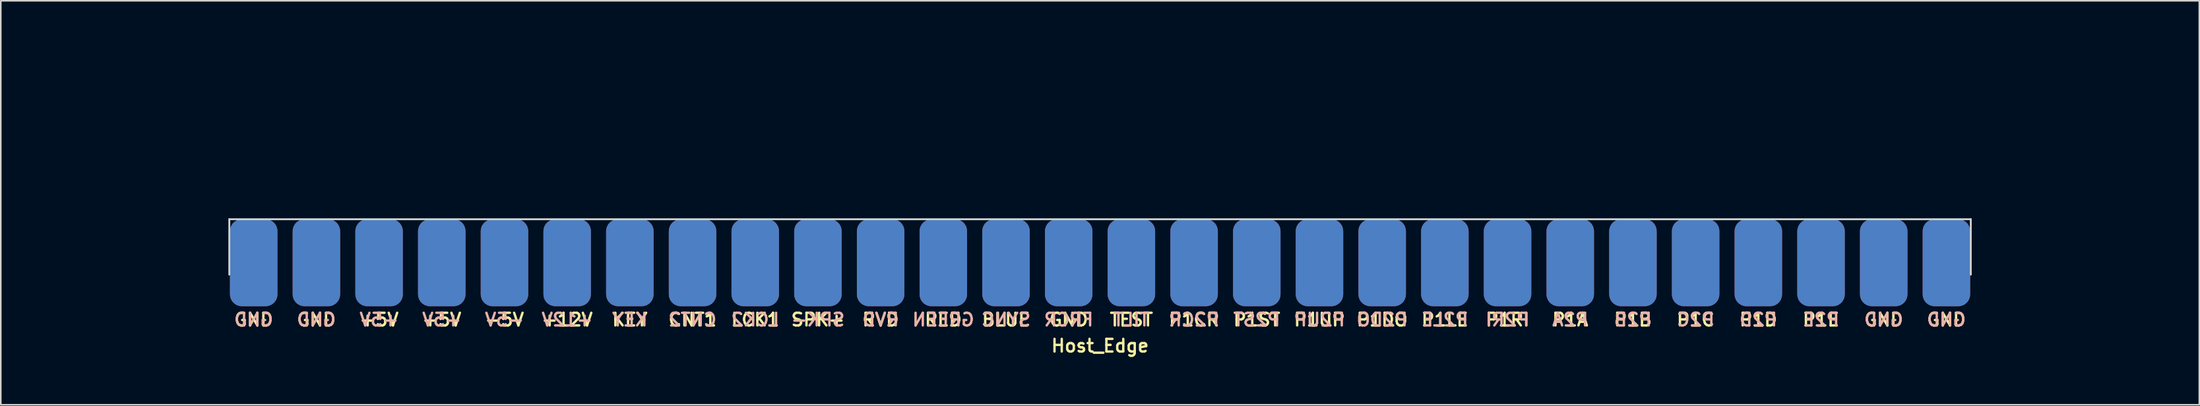
<source format=kicad_pcb>
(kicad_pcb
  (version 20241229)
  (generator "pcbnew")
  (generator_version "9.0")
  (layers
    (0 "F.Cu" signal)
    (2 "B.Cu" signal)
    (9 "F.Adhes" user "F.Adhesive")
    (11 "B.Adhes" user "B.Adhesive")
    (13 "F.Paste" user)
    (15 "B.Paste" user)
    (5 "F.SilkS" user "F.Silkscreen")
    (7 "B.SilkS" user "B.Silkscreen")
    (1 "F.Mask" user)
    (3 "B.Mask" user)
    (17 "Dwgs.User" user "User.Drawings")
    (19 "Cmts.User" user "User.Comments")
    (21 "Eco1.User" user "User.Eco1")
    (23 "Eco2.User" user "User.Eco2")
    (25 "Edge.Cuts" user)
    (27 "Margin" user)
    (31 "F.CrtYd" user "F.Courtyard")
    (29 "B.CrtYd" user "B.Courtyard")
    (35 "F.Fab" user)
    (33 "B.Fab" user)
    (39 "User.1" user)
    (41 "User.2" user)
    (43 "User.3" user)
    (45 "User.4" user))
  (footprint "Host_Edge"
    (layer "F.Cu")
    (at 66.435 10.81)
    (property "Reference" "Host_Edge" (at 0 8 0) (layer "F.SilkS") (effects (font (size 0.8 0.8) (thickness 0.15))))
    (attr through_hole)
    (fp_line (start -66.375 -6.75) (end -66.375 -0.4) (stroke (width 0.12) (type solid)) (layer "Eco1.User"))
    (fp_line (start -66.375 -6.75) (end -59.375 -6.75) (stroke (width 0.12) (type solid)) (layer "Eco1.User"))
    (fp_line (start -59.375 -10.75) (end -59.375 -6.75) (stroke (width 0.12) (type solid)) (layer "Eco1.User"))
    (fp_line (start -59.375 -10.75) (end 59.375 -10.75) (stroke (width 0.12) (type solid)) (layer "Eco1.User"))
    (fp_line (start -58.375 -0.4) (end -66.375 -0.4) (stroke (width 0.12) (type solid)) (layer "Eco1.User"))
    (fp_line (start -58.375 -0.4) (end -58.375 3.35) (stroke (width 0.12) (type solid)) (layer "Eco1.User"))
    (fp_line (start -56.375 3.35) (end -58.375 3.35) (stroke (width 0.12) (type solid)) (layer "Eco1.User"))
    (fp_line (start -55 0) (end -56.375 3.35) (stroke (width 0.12) (type solid)) (layer "Eco1.User"))
    (fp_line (start 55 0) (end 56.375 3.35) (stroke (width 0.12) (type solid)) (layer "Eco1.User"))
    (fp_line (start 56.375 3.35) (end 58.375 3.35) (stroke (width 0.12) (type solid)) (layer "Eco1.User"))
    (fp_line (start 58.375 -0.4) (end 58.375 3.35) (stroke (width 0.12) (type solid)) (layer "Eco1.User"))
    (fp_line (start 58.375 -0.4) (end 66.375 -0.4) (stroke (width 0.12) (type solid)) (layer "Eco1.User"))
    (fp_line (start 59.375 -10.75) (end 59.375 -6.75) (stroke (width 0.12) (type solid)) (layer "Eco1.User"))
    (fp_line (start 59.375 -6.75) (end 66.375 -6.75) (stroke (width 0.12) (type solid)) (layer "Eco1.User"))
    (fp_line (start 66.375 -6.75) (end 66.375 -0.4) (stroke (width 0.12) (type solid)) (layer "Eco1.User"))
    (fp_line (start -55 0) (end -55 3.5) (stroke (width 0.12) (type solid)) (layer "Edge.Cuts"))
    (fp_line (start -55 0) (end 55 0) (stroke (width 0.12) (type solid)) (layer "Edge.Cuts"))
    (fp_line (start 55 0) (end 55 3.5) (stroke (width 0.12) (type solid)) (layer "Edge.Cuts"))
    (fp_text user "+5V" (at -41.58 6.35 0) (layer "F.SilkS") (effects (font (size 0.8 0.8) (thickness 0.15))))
    (fp_text user "TEST" (at 1.98 6.35 0) (layer "F.SilkS") (effects (font (size 0.8 0.8) (thickness 0.15))))
    (fp_text user "GND" (at 53.46 6.35 0) (layer "F.SilkS") (effects (font (size 0.8 0.8) (thickness 0.15))))
    (fp_text user "CNT1" (at -25.74 6.35 0) (layer "F.SilkS") (effects (font (size 0.8 0.8) (thickness 0.15))))
    (fp_text user "-5V" (at -37.62 6.35 0) (layer "F.SilkS") (effects (font (size 0.8 0.8) (thickness 0.15))))
    (fp_text user "P1UP" (at 13.86 6.35 0) (layer "F.SilkS") (effects (font (size 0.8 0.8) (thickness 0.15))))
    (fp_text user "P1LE" (at 21.78 6.35 0) (layer "F.SilkS") (effects (font (size 0.8 0.8) (thickness 0.15))))
    (fp_text user "GND" (at -53.46 6.35 0) (layer "F.SilkS") (effects (font (size 0.8 0.8) (thickness 0.15))))
    (fp_text user "KEY" (at -29.7 6.35 0) (layer "F.SilkS") (effects (font (size 0.8 0.8) (thickness 0.15))))
    (fp_text user "P1B" (at 33.66 6.35 0) (layer "F.SilkS") (effects (font (size 0.8 0.8) (thickness 0.15))))
    (fp_text user "P1E" (at 45.54 6.35 0) (layer "F.SilkS") (effects (font (size 0.8 0.8) (thickness 0.15))))
    (fp_text user "P1D" (at 41.58 6.35 0) (layer "F.SilkS") (effects (font (size 0.8 0.8) (thickness 0.15))))
    (fp_text user "P1ST" (at 9.9 6.35 0) (layer "F.SilkS") (effects (font (size 0.8 0.8) (thickness 0.15))))
    (fp_text user "P1CR" (at 5.94 6.35 0) (layer "F.SilkS") (effects (font (size 0.8 0.8) (thickness 0.15))))
    (fp_text user "SPK+" (at -17.82 6.35 0) (layer "F.SilkS") (effects (font (size 0.8 0.8) (thickness 0.15))))
    (fp_text user "GND" (at 49.5 6.35 0) (layer "F.SilkS") (effects (font (size 0.8 0.8) (thickness 0.15))))
    (fp_text user "GND" (at -49.5 6.35 0) (layer "F.SilkS") (effects (font (size 0.8 0.8) (thickness 0.15))))
    (fp_text user "P1C" (at 37.62 6.35 0) (layer "F.SilkS") (effects (font (size 0.8 0.8) (thickness 0.15))))
    (fp_text user "P1DO" (at 17.82 6.35 0) (layer "F.SilkS") (effects (font (size 0.8 0.8) (thickness 0.15))))
    (fp_text user "RED" (at -9.9 6.35 0) (layer "F.SilkS") (effects (font (size 0.8 0.8) (thickness 0.15))))
    (fp_text user "GND" (at -1.98 6.35 0) (layer "F.SilkS") (effects (font (size 0.8 0.8) (thickness 0.15))))
    (fp_text user "+12V" (at -33.66 6.35 0) (layer "F.SilkS") (effects (font (size 0.8 0.8) (thickness 0.15))))
    (fp_text user "LCK1" (at -21.78 6.35 0) (layer "F.SilkS") (effects (font (size 0.8 0.8) (thickness 0.15))))
    (fp_text user "P1A" (at 29.7 6.35 0) (layer "F.SilkS") (effects (font (size 0.8 0.8) (thickness 0.15))))
    (fp_text user "RVD" (at -13.86 6.35 0) (layer "F.SilkS") (effects (font (size 0.8 0.8) (thickness 0.15))))
    (fp_text user "+5V" (at -45.54 6.35 0) (layer "F.SilkS") (effects (font (size 0.8 0.8) (thickness 0.15))))
    (fp_text user "BLUE" (at -5.94 6.35 0) (layer "F.SilkS") (effects (font (size 0.8 0.8) (thickness 0.15))))
    (fp_text user "P1RI" (at 25.74 6.35 0) (layer "F.SilkS") (effects (font (size 0.8 0.8) (thickness 0.15))))
    (fp_text user "GND" (at 53.46 6.35 0) (layer "B.SilkS") (effects (font (size 0.8 0.8) (thickness 0.15)) (justify mirror)))
    (fp_text user "P2A" (at 29.7 6.35 0) (layer "B.SilkS") (effects (font (size 0.8 0.8) (thickness 0.15)) (justify mirror)))
    (fp_text user "P2C" (at 37.62 6.35 0) (layer "B.SilkS") (effects (font (size 0.8 0.8) (thickness 0.15)) (justify mirror)))
    (fp_text user "P2ST" (at 9.9 6.35 0) (layer "B.SilkS") (effects (font (size 0.8 0.8) (thickness 0.15)) (justify mirror)))
    (fp_text user "GREEN" (at -9.9 6.35 0) (layer "B.SilkS") (effects (font (size 0.8 0.8) (thickness 0.15)) (justify mirror)))
    (fp_text user "CNT2" (at -25.74 6.35 0) (layer "B.SilkS") (effects (font (size 0.8 0.8) (thickness 0.15)) (justify mirror)))
    (fp_text user "SYNC" (at -5.94 6.35 0) (layer "B.SilkS") (effects (font (size 0.8 0.8) (thickness 0.15)) (justify mirror)))
    (fp_text user "P2DO" (at 17.82 6.35 0) (layer "B.SilkS") (effects (font (size 0.8 0.8) (thickness 0.15)) (justify mirror)))
    (fp_text user "P2E" (at 45.54 6.35 0) (layer "B.SilkS") (effects (font (size 0.8 0.8) (thickness 0.15)) (justify mirror)))
    (fp_text user "P2CR" (at 5.94 6.35 0) (layer "B.SilkS") (effects (font (size 0.8 0.8) (thickness 0.15)) (justify mirror)))
    (fp_text user "KEY" (at -29.7 6.35 0) (layer "B.SilkS") (effects (font (size 0.8 0.8) (thickness 0.15)) (justify mirror)))
    (fp_text user "LCK2" (at -21.78 6.35 0) (layer "B.SilkS") (effects (font (size 0.8 0.8) (thickness 0.15)) (justify mirror)))
    (fp_text user "-5V" (at -37.62 6.35 0) (layer "B.SilkS") (effects (font (size 0.8 0.8) (thickness 0.15)) (justify mirror)))
    (fp_text user "+12V" (at -33.66 6.35 0) (layer "B.SilkS") (effects (font (size 0.8 0.8) (thickness 0.15)) (justify mirror)))
    (fp_text user "P2UP" (at 13.86 6.35 0) (layer "B.SilkS") (effects (font (size 0.8 0.8) (thickness 0.15)) (justify mirror)))
    (fp_text user "+5V" (at -41.58 6.35 0) (layer "B.SilkS") (effects (font (size 0.8 0.8) (thickness 0.15)) (justify mirror)))
    (fp_text user "SPK-" (at -17.82 6.35 0) (layer "B.SilkS") (effects (font (size 0.8 0.8) (thickness 0.15)) (justify mirror)))
    (fp_text user "P2D" (at 41.58 6.35 0) (layer "B.SilkS") (effects (font (size 0.8 0.8) (thickness 0.15)) (justify mirror)))
    (fp_text user "+5V" (at -45.54 6.35 0) (layer "B.SilkS") (effects (font (size 0.8 0.8) (thickness 0.15)) (justify mirror)))
    (fp_text user "P2LE" (at 21.78 6.35 0) (layer "B.SilkS") (effects (font (size 0.8 0.8) (thickness 0.15)) (justify mirror)))
    (fp_text user "FRCR" (at -1.98 6.35 0) (layer "B.SilkS") (effects (font (size 0.8 0.8) (thickness 0.15)) (justify mirror)))
    (fp_text user "TILT" (at 1.98 6.35 0) (layer "B.SilkS") (effects (font (size 0.8 0.8) (thickness 0.15)) (justify mirror)))
    (fp_text user "GND" (at -49.5 6.35 0) (layer "B.SilkS") (effects (font (size 0.8 0.8) (thickness 0.15)) (justify mirror)))
    (fp_text user "GND" (at 49.5 6.35 0) (layer "B.SilkS") (effects (font (size 0.8 0.8) (thickness 0.15)) (justify mirror)))
    (fp_text user "P2RI" (at 25.74 6.35 0) (layer "B.SilkS") (effects (font (size 0.8 0.8) (thickness 0.15)) (justify mirror)))
    (fp_text user "GND" (at -53.46 6.35 0) (layer "B.SilkS") (effects (font (size 0.8 0.8) (thickness 0.15)) (justify mirror)))
    (fp_text user "RVD" (at -13.86 6.35 0) (layer "B.SilkS") (effects (font (size 0.8 0.8) (thickness 0.15)) (justify mirror)))
    (fp_text user "P2B" (at 33.66 6.35 0) (layer "B.SilkS") (effects (font (size 0.8 0.8) (thickness 0.15)) (justify mirror)))
    (pad "" smd roundrect (at -29.7 0) (size 3 5.5) (drill (offset 0 2.75)) (layers "F.Cu" "F.Mask" "F.Paste") (roundrect_rratio 0.25))
    (pad "" smd roundrect (at -29.7 0) (size 3 5.5) (drill (offset 0 2.75)) (layers "B.Cu" "B.Mask" "B.Paste") (roundrect_rratio 0.25))
    (pad "1" smd roundrect (at -53.46 0) (size 3 5.5) (drill (offset 0 2.75)) (layers "F.Cu" "F.Mask" "F.Paste") (roundrect_rratio 0.25))
    (pad "2" smd roundrect (at -49.5 0) (size 3 5.5) (drill (offset 0 2.75)) (layers "F.Cu" "F.Mask" "F.Paste") (roundrect_rratio 0.25))
    (pad "3" smd roundrect (at -45.54 0) (size 3 5.5) (drill (offset 0 2.75)) (layers "F.Cu" "F.Mask" "F.Paste") (roundrect_rratio 0.25))
    (pad "4" smd roundrect (at -41.58 0) (size 3 5.5) (drill (offset 0 2.75)) (layers "F.Cu" "F.Mask" "F.Paste") (roundrect_rratio 0.25))
    (pad "5" smd roundrect (at -37.62 0) (size 3 5.5) (drill (offset 0 2.75)) (layers "F.Cu" "F.Mask" "F.Paste") (roundrect_rratio 0.25))
    (pad "6" smd roundrect (at -33.66 0) (size 3 5.5) (drill (offset 0 2.75)) (layers "F.Cu" "F.Mask" "F.Paste") (roundrect_rratio 0.25))
    (pad "8" smd roundrect (at -25.74 0) (size 3 5.5) (drill (offset 0 2.75)) (layers "F.Cu" "F.Mask" "F.Paste") (roundrect_rratio 0.25))
    (pad "9" smd roundrect (at -21.78 0) (size 3 5.5) (drill (offset 0 2.75)) (layers "F.Cu" "F.Mask" "F.Paste") (roundrect_rratio 0.25))
    (pad "10" smd roundrect (at -17.82 0) (size 3 5.5) (drill (offset 0 2.75)) (layers "F.Cu" "F.Mask" "F.Paste") (roundrect_rratio 0.25))
    (pad "11" smd roundrect (at -13.86 0) (size 3 5.5) (drill (offset 0 2.75)) (layers "F.Cu" "F.Mask" "F.Paste") (roundrect_rratio 0.25))
    (pad "12" smd roundrect (at -9.9 0) (size 3 5.5) (drill (offset 0 2.75)) (layers "F.Cu" "F.Mask" "F.Paste") (roundrect_rratio 0.25))
    (pad "13" smd roundrect (at -5.94 0) (size 3 5.5) (drill (offset 0 2.75)) (layers "F.Cu" "F.Mask" "F.Paste") (roundrect_rratio 0.25))
    (pad "14" smd roundrect (at -1.98 0) (size 3 5.5) (drill (offset 0 2.75)) (layers "F.Cu" "F.Mask" "F.Paste") (roundrect_rratio 0.25))
    (pad "15" smd roundrect (at 1.98 0) (size 3 5.5) (drill (offset 0 2.75)) (layers "F.Cu" "F.Mask" "F.Paste") (roundrect_rratio 0.25))
    (pad "16" smd roundrect (at 5.94 0) (size 3 5.5) (drill (offset 0 2.75)) (layers "F.Cu" "F.Mask" "F.Paste") (roundrect_rratio 0.25))
    (pad "17" smd roundrect (at 9.9 0) (size 3 5.5) (drill (offset 0 2.75)) (layers "F.Cu" "F.Mask" "F.Paste") (roundrect_rratio 0.25))
    (pad "18" smd roundrect (at 13.86 0) (size 3 5.5) (drill (offset 0 2.75)) (layers "F.Cu" "F.Mask" "F.Paste") (roundrect_rratio 0.25))
    (pad "19" smd roundrect (at 17.82 0) (size 3 5.5) (drill (offset 0 2.75)) (layers "F.Cu" "F.Mask" "F.Paste") (roundrect_rratio 0.25))
    (pad "20" smd roundrect (at 21.78 0) (size 3 5.5) (drill (offset 0 2.75)) (layers "F.Cu" "F.Mask" "F.Paste") (roundrect_rratio 0.25))
    (pad "21" smd roundrect (at 25.74 0) (size 3 5.5) (drill (offset 0 2.75)) (layers "F.Cu" "F.Mask" "F.Paste") (roundrect_rratio 0.25))
    (pad "22" smd roundrect (at 29.7 0) (size 3 5.5) (drill (offset 0 2.75)) (layers "F.Cu" "F.Mask" "F.Paste") (roundrect_rratio 0.25))
    (pad "23" smd roundrect (at 33.66 0) (size 3 5.5) (drill (offset 0 2.75)) (layers "F.Cu" "F.Mask" "F.Paste") (roundrect_rratio 0.25))
    (pad "24" smd roundrect (at 37.62 0) (size 3 5.5) (drill (offset 0 2.75)) (layers "F.Cu" "F.Mask" "F.Paste") (roundrect_rratio 0.25))
    (pad "25" smd roundrect (at 41.58 0) (size 3 5.5) (drill (offset 0 2.75)) (layers "F.Cu" "F.Mask" "F.Paste") (roundrect_rratio 0.25))
    (pad "26" smd roundrect (at 45.54 0) (size 3 5.5) (drill (offset 0 2.75)) (layers "F.Cu" "F.Mask" "F.Paste") (roundrect_rratio 0.25))
    (pad "27" smd roundrect (at 49.5 0) (size 3 5.5) (drill (offset 0 2.75)) (layers "F.Cu" "F.Mask" "F.Paste") (roundrect_rratio 0.25))
    (pad "28" smd roundrect (at 53.46 0) (size 3 5.5) (drill (offset 0 2.75)) (layers "F.Cu" "F.Mask" "F.Paste") (roundrect_rratio 0.25))
    (pad "A" smd roundrect (at -53.46 0) (size 3 5.5) (drill (offset 0 2.75)) (layers "B.Cu" "B.Mask" "B.Paste") (roundrect_rratio 0.25))
    (pad "AA" smd roundrect (at 33.66 0) (size 3 5.5) (drill (offset 0 2.75)) (layers "B.Cu" "B.Mask" "B.Paste") (roundrect_rratio 0.25))
    (pad "AB" smd roundrect (at 37.62 0) (size 3 5.5) (drill (offset 0 2.75)) (layers "B.Cu" "B.Mask" "B.Paste") (roundrect_rratio 0.25))
    (pad "AC" smd roundrect (at 41.58 0) (size 3 5.5) (drill (offset 0 2.75)) (layers "B.Cu" "B.Mask" "B.Paste") (roundrect_rratio 0.25))
    (pad "AD" smd roundrect (at 45.54 0) (size 3 5.5) (drill (offset 0 2.75)) (layers "B.Cu" "B.Mask" "B.Paste") (roundrect_rratio 0.25))
    (pad "AE" smd roundrect (at 49.5 0) (size 3 5.5) (drill (offset 0 2.75)) (layers "B.Cu" "B.Mask" "B.Paste") (roundrect_rratio 0.25))
    (pad "AF" smd roundrect (at 53.46 0) (size 3 5.5) (drill (offset 0 2.75)) (layers "B.Cu" "B.Mask" "B.Paste") (roundrect_rratio 0.25))
    (pad "B" smd roundrect (at -49.5 0) (size 3 5.5) (drill (offset 0 2.75)) (layers "B.Cu" "B.Mask" "B.Paste") (roundrect_rratio 0.25))
    (pad "C" smd roundrect (at -45.54 0) (size 3 5.5) (drill (offset 0 2.75)) (layers "B.Cu" "B.Mask" "B.Paste") (roundrect_rratio 0.25))
    (pad "D" smd roundrect (at -41.58 0) (size 3 5.5) (drill (offset 0 2.75)) (layers "B.Cu" "B.Mask" "B.Paste") (roundrect_rratio 0.25))
    (pad "E" smd roundrect (at -37.62 0) (size 3 5.5) (drill (offset 0 2.75)) (layers "B.Cu" "B.Mask" "B.Paste") (roundrect_rratio 0.25))
    (pad "F" smd roundrect (at -33.66 0) (size 3 5.5) (drill (offset 0 2.75)) (layers "B.Cu" "B.Mask" "B.Paste") (roundrect_rratio 0.25))
    (pad "J" smd roundrect (at -25.74 0) (size 3 5.5) (drill (offset 0 2.75)) (layers "B.Cu" "B.Mask" "B.Paste") (roundrect_rratio 0.25))
    (pad "K" smd roundrect (at -21.78 0) (size 3 5.5) (drill (offset 0 2.75)) (layers "B.Cu" "B.Mask" "B.Paste") (roundrect_rratio 0.25))
    (pad "L" smd roundrect (at -17.82 0) (size 3 5.5) (drill (offset 0 2.75)) (layers "B.Cu" "B.Mask" "B.Paste") (roundrect_rratio 0.25))
    (pad "M" smd roundrect (at -13.86 0) (size 3 5.5) (drill (offset 0 2.75)) (layers "B.Cu" "B.Mask" "B.Paste") (roundrect_rratio 0.25))
    (pad "N" smd roundrect (at -9.9 0) (size 3 5.5) (drill (offset 0 2.75)) (layers "B.Cu" "B.Mask" "B.Paste") (roundrect_rratio 0.25))
    (pad "P" smd roundrect (at -5.94 0) (size 3 5.5) (drill (offset 0 2.75)) (layers "B.Cu" "B.Mask" "B.Paste") (roundrect_rratio 0.25))
    (pad "R" smd roundrect (at -1.98 0) (size 3 5.5) (drill (offset 0 2.75)) (layers "B.Cu" "B.Mask" "B.Paste") (roundrect_rratio 0.25))
    (pad "S" smd roundrect (at 1.98 0) (size 3 5.5) (drill (offset 0 2.75)) (layers "B.Cu" "B.Mask" "B.Paste") (roundrect_rratio 0.25))
    (pad "T" smd roundrect (at 5.94 0) (size 3 5.5) (drill (offset 0 2.75)) (layers "B.Cu" "B.Mask" "B.Paste") (roundrect_rratio 0.25))
    (pad "U" smd roundrect (at 9.9 0) (size 3 5.5) (drill (offset 0 2.75)) (layers "B.Cu" "B.Mask" "B.Paste") (roundrect_rratio 0.25))
    (pad "V" smd roundrect (at 13.86 0) (size 3 5.5) (drill (offset 0 2.75)) (layers "B.Cu" "B.Mask" "B.Paste") (roundrect_rratio 0.25))
    (pad "W" smd roundrect (at 17.82 0) (size 3 5.5) (drill (offset 0 2.75)) (layers "B.Cu" "B.Mask" "B.Paste") (roundrect_rratio 0.25))
    (pad "X" smd roundrect (at 21.78 0) (size 3 5.5) (drill (offset 0 2.75)) (layers "B.Cu" "B.Mask" "B.Paste") (roundrect_rratio 0.25))
    (pad "Y" smd roundrect (at 25.74 0) (size 3 5.5) (drill (offset 0 2.75)) (layers "B.Cu" "B.Mask" "B.Paste") (roundrect_rratio 0.25))
    (pad "Z" smd roundrect (at 29.7 0) (size 3 5.5) (drill (offset 0 2.75)) (layers "B.Cu" "B.Mask" "B.Paste") (roundrect_rratio 0.25)))
  (gr_rect
    (start -3 -3)
    (end 135.87 22.541)
    (stroke (width 0.1) (type default))
    (fill no)
    (layer "Edge.Cuts")))
</source>
